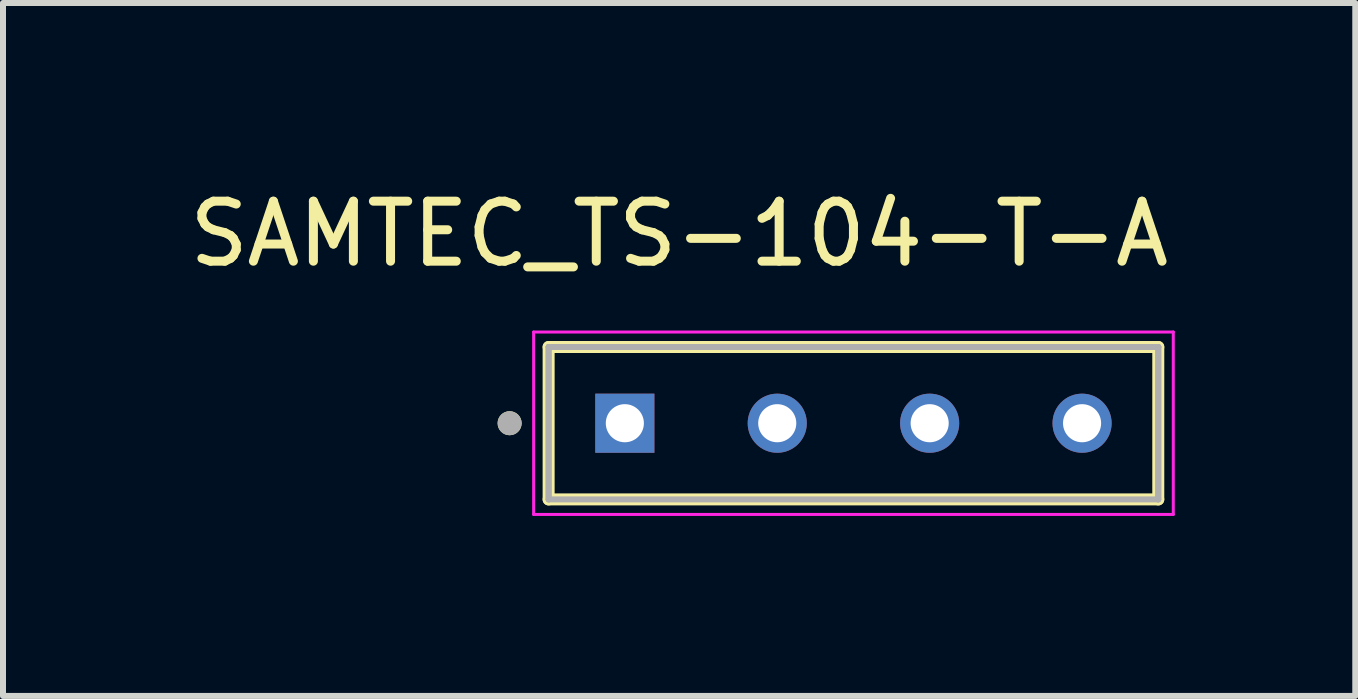
<source format=kicad_pcb>
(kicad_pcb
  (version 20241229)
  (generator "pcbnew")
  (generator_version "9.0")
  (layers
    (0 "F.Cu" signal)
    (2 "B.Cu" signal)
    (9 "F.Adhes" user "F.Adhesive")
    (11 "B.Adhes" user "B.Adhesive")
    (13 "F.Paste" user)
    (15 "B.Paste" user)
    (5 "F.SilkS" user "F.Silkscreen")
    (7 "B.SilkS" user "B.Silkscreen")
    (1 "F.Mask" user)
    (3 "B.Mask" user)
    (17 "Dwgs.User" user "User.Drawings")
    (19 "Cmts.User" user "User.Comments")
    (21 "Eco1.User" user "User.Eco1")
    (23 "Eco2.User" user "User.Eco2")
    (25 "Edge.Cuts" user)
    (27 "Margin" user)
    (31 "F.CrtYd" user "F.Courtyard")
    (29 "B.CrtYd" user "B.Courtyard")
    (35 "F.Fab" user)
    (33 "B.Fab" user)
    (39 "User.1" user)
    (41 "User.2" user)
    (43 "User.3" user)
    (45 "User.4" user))
  (footprint "SAMTEC_TS-104-T-A"
    (layer "F.Cu")
    (at 11.173 4.003)
    (property "Reference" "SAMTEC_TS-104-T-A" (at -2.905 -3.155 0) (layer "F.SilkS") (effects (font (size 1 1) (thickness 0.15))))
    (attr through_hole)
    (fp_line (start -5.08 1.27) (end -5.08 -1.27) (stroke (width 0.2) (type solid)) (layer "F.SilkS"))
    (fp_line (start 5.08 -1.27) (end -5.08 -1.27) (stroke (width 0.2) (type solid)) (layer "F.SilkS"))
    (fp_line (start 5.08 -1.27) (end 5.08 1.27) (stroke (width 0.2) (type solid)) (layer "F.SilkS"))
    (fp_line (start 5.08 1.27) (end -5.08 1.27) (stroke (width 0.2) (type solid)) (layer "F.SilkS"))
    (fp_circle (center -5.73 0) (end -5.63 0) (stroke (width 0.2) (type solid)) (fill no) (layer "F.SilkS"))
    (fp_line (start -5.33 -1.52) (end 5.33 -1.52) (stroke (width 0.05) (type solid)) (layer "F.CrtYd"))
    (fp_line (start -5.33 1.52) (end -5.33 -1.52) (stroke (width 0.05) (type solid)) (layer "F.CrtYd"))
    (fp_line (start 5.33 -1.52) (end 5.33 1.52) (stroke (width 0.05) (type solid)) (layer "F.CrtYd"))
    (fp_line (start 5.33 1.52) (end -5.33 1.52) (stroke (width 0.05) (type solid)) (layer "F.CrtYd"))
    (fp_line (start -5.08 -1.27) (end 5.08 -1.27) (stroke (width 0.1) (type solid)) (layer "F.Fab"))
    (fp_line (start -5.08 -1.27) (end 5.08 -1.27) (stroke (width 0.1) (type solid)) (layer "F.Fab"))
    (fp_line (start -5.08 1.27) (end -5.08 -1.27) (stroke (width 0.1) (type solid)) (layer "F.Fab"))
    (fp_line (start -5.08 1.27) (end -5.08 -1.27) (stroke (width 0.1) (type solid)) (layer "F.Fab"))
    (fp_line (start 5.08 -1.27) (end 5.08 1.27) (stroke (width 0.1) (type solid)) (layer "F.Fab"))
    (fp_line (start 5.08 -1.27) (end 5.08 1.27) (stroke (width 0.1) (type solid)) (layer "F.Fab"))
    (fp_line (start 5.08 1.27) (end -5.08 1.27) (stroke (width 0.1) (type solid)) (layer "F.Fab"))
    (fp_circle (center -5.73 0) (end -5.63 0) (stroke (width 0.2) (type solid)) (fill no) (layer "F.Fab"))
    (pad "01" thru_hole rect (at -3.81 0) (size 0.985 0.985) (drill 0.635) (layers "*.Cu" "*.Mask"))
    (pad "02" thru_hole circle (at -1.27 0) (size 0.985 0.985) (drill 0.635) (layers "*.Cu" "*.Mask"))
    (pad "03" thru_hole circle (at 1.27 0) (size 0.985 0.985) (drill 0.635) (layers "*.Cu" "*.Mask"))
    (pad "04" thru_hole circle (at 3.81 0) (size 0.985 0.985) (drill 0.635) (layers "*.Cu" "*.Mask")))
  (gr_rect
    (start -3 -3)
    (end 19.536 8.548)
    (stroke (width 0.1) (type default))
    (fill no)
    (layer "Edge.Cuts")))
</source>
